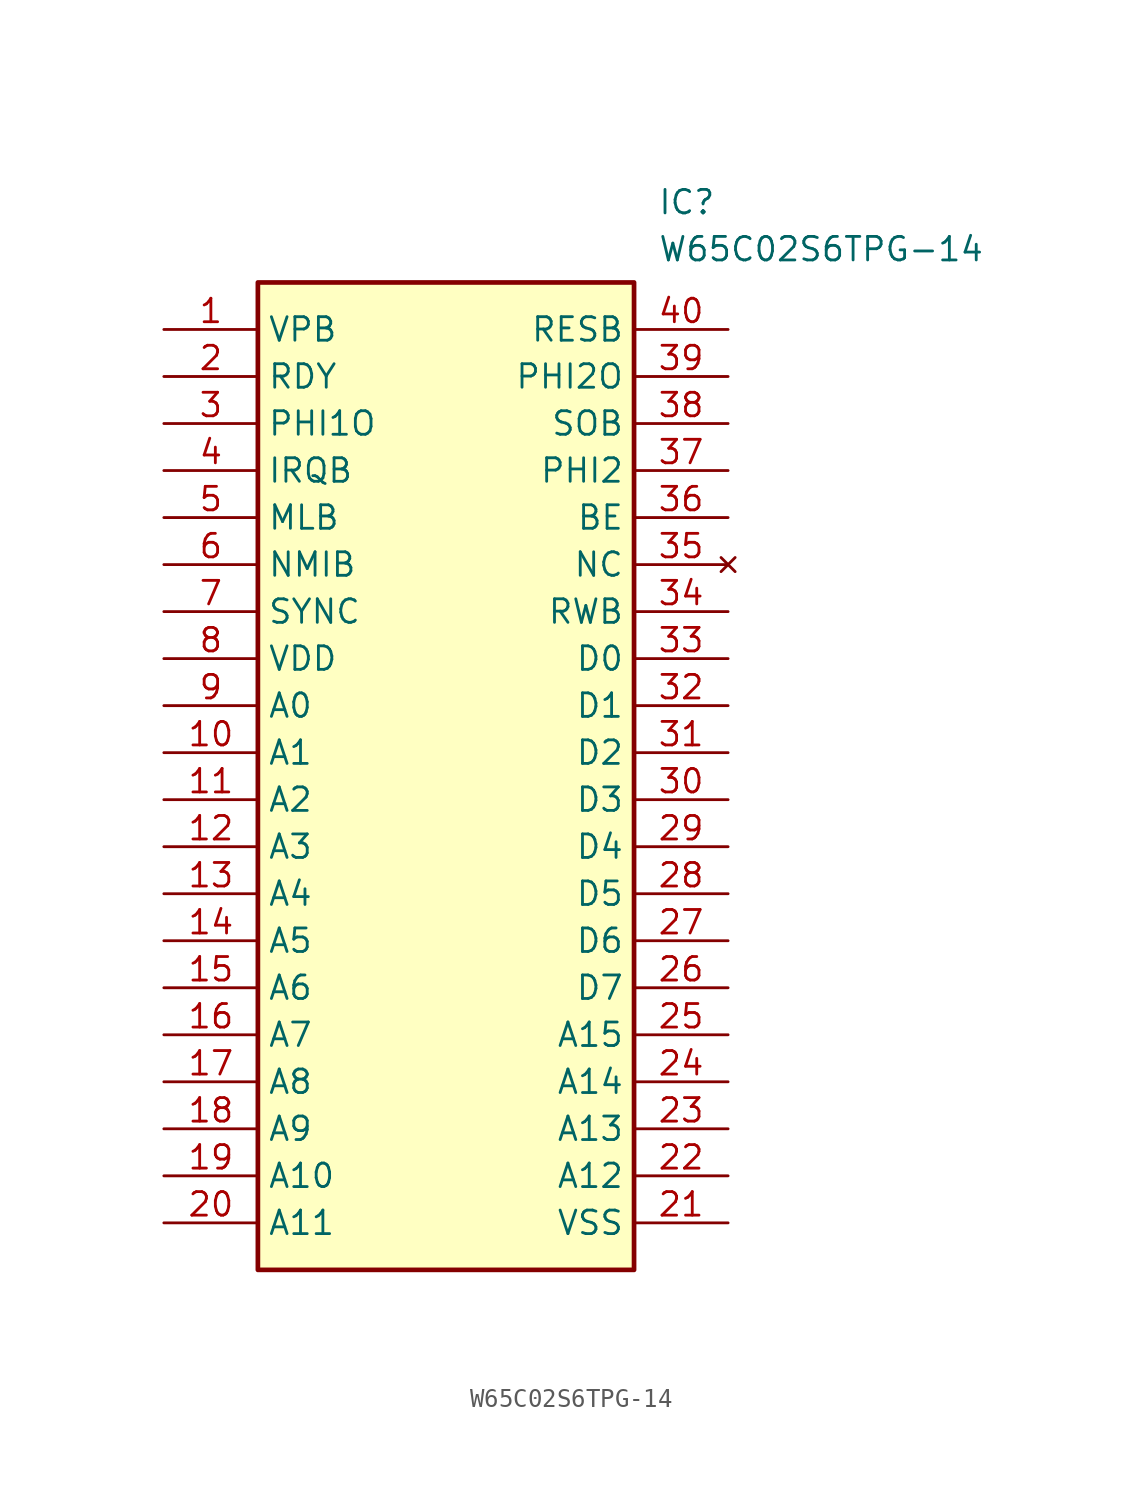
<source format=kicad_sym>
(kicad_symbol_lib
  (version 20211014)
  (generator SamacSys_ECAD_Model)
  (symbol "W65C02S6TPG-14"
    (property "Reference" "IC"
      (at 26.67 7.62 0)
      (effects (font (size 1.27 1.27)) (justify left top)))
    (property "Value" "W65C02S6TPG-14"
      (at 26.67 5.08 0)
      (effects (font (size 1.27 1.27)) (justify left top)))
    (rectangle
      (start 5.08 2.54)
      (end 25.4 -50.8)
      (stroke (width 0.254) (type default))
      (fill (type background)))
    (pin passive line
      (at 0 0 0)
      (length 5.08)
      (name "VPB" (effects (font (size 1.27 1.27))))
      (number "1" (effects (font (size 1.27 1.27)))))
    (pin passive line
      (at 0 -2.54 0)
      (length 5.08)
      (name "RDY" (effects (font (size 1.27 1.27))))
      (number "2" (effects (font (size 1.27 1.27)))))
    (pin passive line
      (at 0 -5.08 0)
      (length 5.08)
      (name "PHI1O" (effects (font (size 1.27 1.27))))
      (number "3" (effects (font (size 1.27 1.27)))))
    (pin input line
      (at 0 -7.62 0)
      (length 5.08)
      (name "IRQB" (effects (font (size 1.27 1.27))))
      (number "4" (effects (font (size 1.27 1.27)))))
    (pin passive line
      (at 0 -10.16 0)
      (length 5.08)
      (name "MLB" (effects (font (size 1.27 1.27))))
      (number "5" (effects (font (size 1.27 1.27)))))
    (pin input line
      (at 0 -12.7 0)
      (length 5.08)
      (name "NMIB" (effects (font (size 1.27 1.27))))
      (number "6" (effects (font (size 1.27 1.27)))))
    (pin output line
      (at 0 -15.24 0)
      (length 5.08)
      (name "SYNC" (effects (font (size 1.27 1.27))))
      (number "7" (effects (font (size 1.27 1.27)))))
    (pin power_in line
      (at 0 -17.78 0)
      (length 5.08)
      (name "VDD" (effects (font (size 1.27 1.27))))
      (number "8" (effects (font (size 1.27 1.27)))))
    (pin output line
      (at 0 -20.32 0)
      (length 5.08)
      (name "A0" (effects (font (size 1.27 1.27))))
      (number "9" (effects (font (size 1.27 1.27)))))
    (pin output line
      (at 0 -22.86 0)
      (length 5.08)
      (name "A1" (effects (font (size 1.27 1.27))))
      (number "10" (effects (font (size 1.27 1.27)))))
    (pin output line
      (at 0 -25.4 0)
      (length 5.08)
      (name "A2" (effects (font (size 1.27 1.27))))
      (number "11" (effects (font (size 1.27 1.27)))))
    (pin output line
      (at 0 -27.94 0)
      (length 5.08)
      (name "A3" (effects (font (size 1.27 1.27))))
      (number "12" (effects (font (size 1.27 1.27)))))
    (pin output line
      (at 0 -30.48 0)
      (length 5.08)
      (name "A4" (effects (font (size 1.27 1.27))))
      (number "13" (effects (font (size 1.27 1.27)))))
    (pin output line
      (at 0 -33.02 0)
      (length 5.08)
      (name "A5" (effects (font (size 1.27 1.27))))
      (number "14" (effects (font (size 1.27 1.27)))))
    (pin output line
      (at 0 -35.56 0)
      (length 5.08)
      (name "A6" (effects (font (size 1.27 1.27))))
      (number "15" (effects (font (size 1.27 1.27)))))
    (pin output line
      (at 0 -38.1 0)
      (length 5.08)
      (name "A7" (effects (font (size 1.27 1.27))))
      (number "16" (effects (font (size 1.27 1.27)))))
    (pin output line
      (at 0 -40.64 0)
      (length 5.08)
      (name "A8" (effects (font (size 1.27 1.27))))
      (number "17" (effects (font (size 1.27 1.27)))))
    (pin output line
      (at 0 -43.18 0)
      (length 5.08)
      (name "A9" (effects (font (size 1.27 1.27))))
      (number "18" (effects (font (size 1.27 1.27)))))
    (pin output line
      (at 0 -45.72 0)
      (length 5.08)
      (name "A10" (effects (font (size 1.27 1.27))))
      (number "19" (effects (font (size 1.27 1.27)))))
    (pin output line
      (at 0 -48.26 0)
      (length 5.08)
      (name "A11" (effects (font (size 1.27 1.27))))
      (number "20" (effects (font (size 1.27 1.27)))))
    (pin input line
      (at 30.48 0 180)
      (length 5.08)
      (name "RESB" (effects (font (size 1.27 1.27))))
      (number "40" (effects (font (size 1.27 1.27)))))
    (pin passive line
      (at 30.48 -2.54 180)
      (length 5.08)
      (name "PHI2O" (effects (font (size 1.27 1.27))))
      (number "39" (effects (font (size 1.27 1.27)))))
    (pin passive line
      (at 30.48 -5.08 180)
      (length 5.08)
      (name "SOB" (effects (font (size 1.27 1.27))))
      (number "38" (effects (font (size 1.27 1.27)))))
    (pin passive line
      (at 30.48 -7.62 180)
      (length 5.08)
      (name "PHI2" (effects (font (size 1.27 1.27))))
      (number "37" (effects (font (size 1.27 1.27)))))
    (pin passive line
      (at 30.48 -10.16 180)
      (length 5.08)
      (name "BE" (effects (font (size 1.27 1.27))))
      (number "36" (effects (font (size 1.27 1.27)))))
    (pin no_connect line
      (at 30.48 -12.7 180)
      (length 5.08)
      (name "NC" (effects (font (size 1.27 1.27))))
      (number "35" (effects (font (size 1.27 1.27)))))
    (pin output line
      (at 30.48 -15.24 180)
      (length 5.08)
      (name "RWB" (effects (font (size 1.27 1.27))))
      (number "34" (effects (font (size 1.27 1.27)))))
    (pin output line
      (at 30.48 -17.78 180)
      (length 5.08)
      (name "D0" (effects (font (size 1.27 1.27))))
      (number "33" (effects (font (size 1.27 1.27)))))
    (pin output line
      (at 30.48 -20.32 180)
      (length 5.08)
      (name "D1" (effects (font (size 1.27 1.27))))
      (number "32" (effects (font (size 1.27 1.27)))))
    (pin output line
      (at 30.48 -22.86 180)
      (length 5.08)
      (name "D2" (effects (font (size 1.27 1.27))))
      (number "31" (effects (font (size 1.27 1.27)))))
    (pin output line
      (at 30.48 -25.4 180)
      (length 5.08)
      (name "D3" (effects (font (size 1.27 1.27))))
      (number "30" (effects (font (size 1.27 1.27)))))
    (pin output line
      (at 30.48 -27.94 180)
      (length 5.08)
      (name "D4" (effects (font (size 1.27 1.27))))
      (number "29" (effects (font (size 1.27 1.27)))))
    (pin output line
      (at 30.48 -30.48 180)
      (length 5.08)
      (name "D5" (effects (font (size 1.27 1.27))))
      (number "28" (effects (font (size 1.27 1.27)))))
    (pin output line
      (at 30.48 -33.02 180)
      (length 5.08)
      (name "D6" (effects (font (size 1.27 1.27))))
      (number "27" (effects (font (size 1.27 1.27)))))
    (pin output line
      (at 30.48 -35.56 180)
      (length 5.08)
      (name "D7" (effects (font (size 1.27 1.27))))
      (number "26" (effects (font (size 1.27 1.27)))))
    (pin output line
      (at 30.48 -38.1 180)
      (length 5.08)
      (name "A15" (effects (font (size 1.27 1.27))))
      (number "25" (effects (font (size 1.27 1.27)))))
    (pin output line
      (at 30.48 -40.64 180)
      (length 5.08)
      (name "A14" (effects (font (size 1.27 1.27))))
      (number "24" (effects (font (size 1.27 1.27)))))
    (pin output line
      (at 30.48 -43.18 180)
      (length 5.08)
      (name "A13" (effects (font (size 1.27 1.27))))
      (number "23" (effects (font (size 1.27 1.27)))))
    (pin output line
      (at 30.48 -45.72 180)
      (length 5.08)
      (name "A12" (effects (font (size 1.27 1.27))))
      (number "22" (effects (font (size 1.27 1.27)))))
    (pin power_in line
      (at 30.48 -48.26 180)
      (length 5.08)
      (name "VSS" (effects (font (size 1.27 1.27))))
      (number "21" (effects (font (size 1.27 1.27)))))))
</source>
